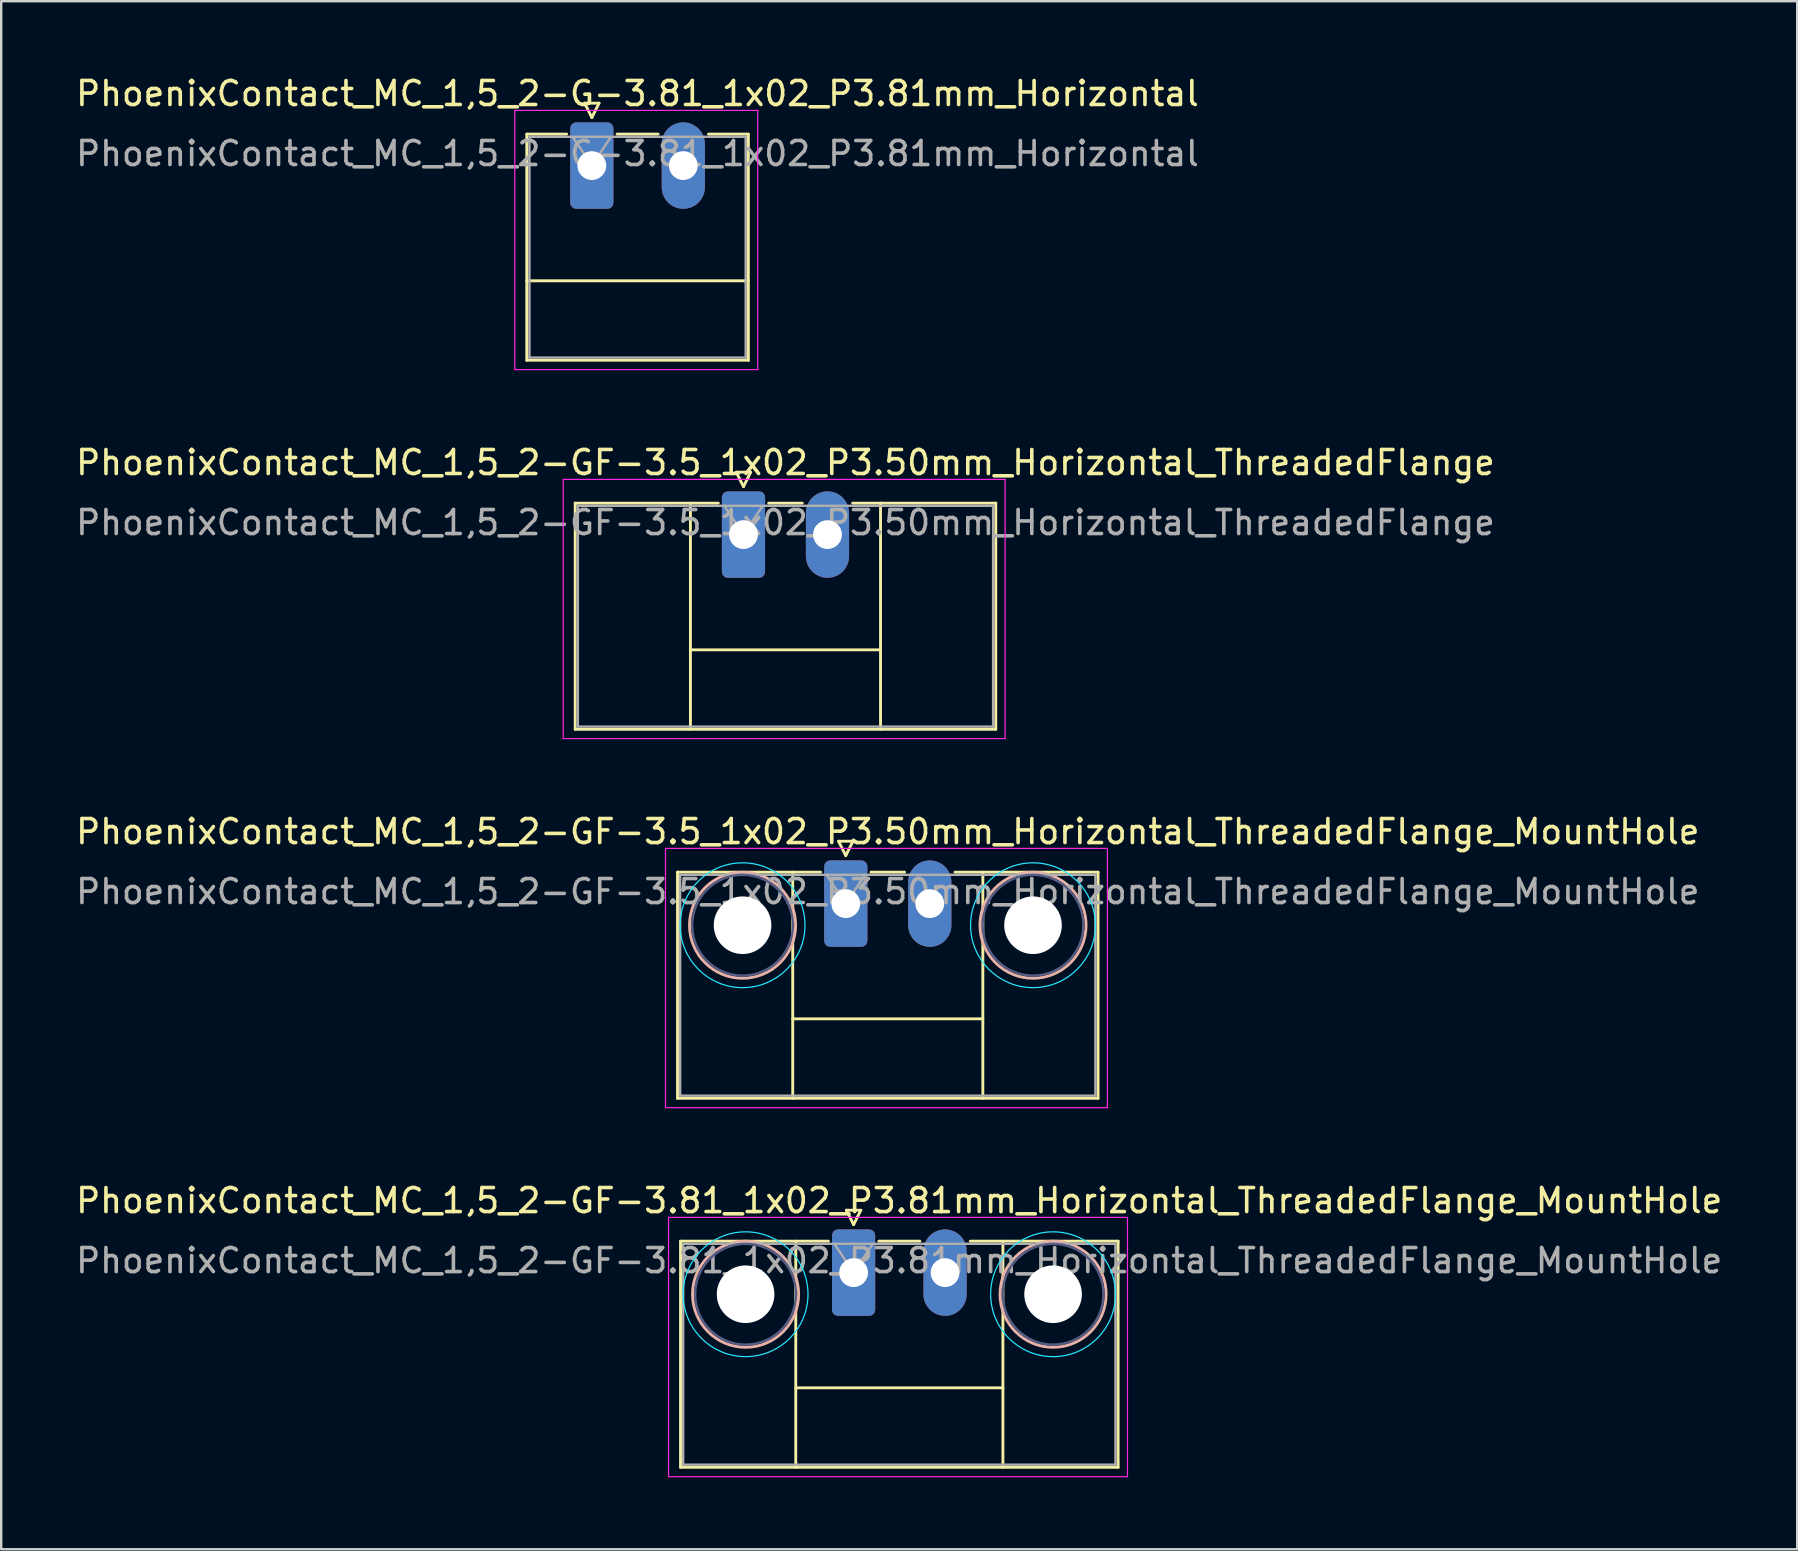
<source format=kicad_pcb>
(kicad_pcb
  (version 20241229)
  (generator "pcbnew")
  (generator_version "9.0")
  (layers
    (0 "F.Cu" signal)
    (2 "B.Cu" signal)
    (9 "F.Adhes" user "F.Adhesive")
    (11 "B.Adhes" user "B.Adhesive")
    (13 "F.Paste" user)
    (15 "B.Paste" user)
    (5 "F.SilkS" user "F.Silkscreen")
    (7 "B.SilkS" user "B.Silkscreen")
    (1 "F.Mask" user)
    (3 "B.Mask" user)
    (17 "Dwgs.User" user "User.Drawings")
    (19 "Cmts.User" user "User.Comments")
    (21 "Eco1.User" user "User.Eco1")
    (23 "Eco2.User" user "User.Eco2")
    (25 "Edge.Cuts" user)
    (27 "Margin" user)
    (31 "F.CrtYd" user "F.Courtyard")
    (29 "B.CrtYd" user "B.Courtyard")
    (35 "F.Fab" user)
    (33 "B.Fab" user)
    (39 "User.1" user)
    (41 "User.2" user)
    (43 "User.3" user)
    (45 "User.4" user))
  (footprint "PhoenixContact_MC_1,5_2-G-3.81_1x02_P3.81mm_Horizontal"
    (layer "F.Cu")
    (at 21.606 3.848)
    (property "Reference" "PhoenixContact_MC_1,5_2-G-3.81_1x02_P3.81mm_Horizontal" (at 1.9 -3 0) (layer "F.SilkS") (effects (font (size 1 1) (thickness 0.15))))
    (attr through_hole)
    (fp_line (start -2.71 -1.31) (end -2.71 8.11) (stroke (width 0.12) (type solid)) (layer "F.SilkS"))
    (fp_line (start -2.71 -1.31) (end -1.05 -1.31) (stroke (width 0.12) (type solid)) (layer "F.SilkS"))
    (fp_line (start -2.71 4.8) (end 6.52 4.8) (stroke (width 0.12) (type solid)) (layer "F.SilkS"))
    (fp_line (start -2.71 8.11) (end 6.52 8.11) (stroke (width 0.12) (type solid)) (layer "F.SilkS"))
    (fp_line (start -0.3 -2.6) (end 0.3 -2.6) (stroke (width 0.12) (type solid)) (layer "F.SilkS"))
    (fp_line (start 0 -2) (end -0.3 -2.6) (stroke (width 0.12) (type solid)) (layer "F.SilkS"))
    (fp_line (start 0.3 -2.6) (end 0 -2) (stroke (width 0.12) (type solid)) (layer "F.SilkS"))
    (fp_line (start 1.05 -1.31) (end 2.76 -1.31) (stroke (width 0.12) (type solid)) (layer "F.SilkS"))
    (fp_line (start 6.52 -1.31) (end 4.86 -1.31) (stroke (width 0.12) (type solid)) (layer "F.SilkS"))
    (fp_line (start 6.52 8.11) (end 6.52 -1.31) (stroke (width 0.12) (type solid)) (layer "F.SilkS"))
    (fp_line (start -3.21 -2.3) (end -3.21 8.5) (stroke (width 0.05) (type solid)) (layer "F.CrtYd"))
    (fp_line (start -3.21 8.5) (end 6.91 8.5) (stroke (width 0.05) (type solid)) (layer "F.CrtYd"))
    (fp_line (start 6.91 -2.3) (end -3.21 -2.3) (stroke (width 0.05) (type solid)) (layer "F.CrtYd"))
    (fp_line (start 6.91 8.5) (end 6.91 -2.3) (stroke (width 0.05) (type solid)) (layer "F.CrtYd"))
    (fp_line (start -2.6 -1.2) (end -2.6 8) (stroke (width 0.1) (type solid)) (layer "F.Fab"))
    (fp_line (start -2.6 8) (end 6.41 8) (stroke (width 0.1) (type solid)) (layer "F.Fab"))
    (fp_line (start 0 0) (end -0.8 -1.2) (stroke (width 0.1) (type solid)) (layer "F.Fab"))
    (fp_line (start 0.8 -1.2) (end 0 0) (stroke (width 0.1) (type solid)) (layer "F.Fab"))
    (fp_line (start 6.41 -1.2) (end -2.6 -1.2) (stroke (width 0.1) (type solid)) (layer "F.Fab"))
    (fp_line (start 6.41 8) (end 6.41 -1.2) (stroke (width 0.1) (type solid)) (layer "F.Fab"))
    (fp_text user "${REFERENCE}" (at 1.9 -0.5 0) (layer "F.Fab") (effects (font (size 1 1) (thickness 0.15))))
    (pad "1" thru_hole roundrect (at 0 0) (size 1.8 3.6) (drill 1.2) (layers "*.Cu" "*.Mask") (roundrect_rratio 0.139))
    (pad "2" thru_hole oval (at 3.81 0) (size 1.8 3.6) (drill 1.2) (layers "*.Cu" "*.Mask")))
  (footprint "PhoenixContact_MC_1,5_2-GF-3.81_1x02_P3.81mm_Horizontal_ThreadedFlange_MountHole"
    (layer "F.Cu")
    (at 32.511 49.968)
    (property "Reference" "PhoenixContact_MC_1,5_2-GF-3.81_1x02_P3.81mm_Horizontal_ThreadedFlange_MountHole" (at 1.9 -3 0) (layer "F.SilkS") (effects (font (size 1 1) (thickness 0.15))))
    (attr through_hole)
    (fp_line (start -7.21 -1.31) (end -7.21 8.11) (stroke (width 0.12) (type solid)) (layer "F.SilkS"))
    (fp_line (start -7.21 -1.31) (end -1.05 -1.31) (stroke (width 0.12) (type solid)) (layer "F.SilkS"))
    (fp_line (start -7.21 8.11) (end 11.02 8.11) (stroke (width 0.12) (type solid)) (layer "F.SilkS"))
    (fp_line (start -2.41 -1.31) (end -2.41 8.11) (stroke (width 0.12) (type solid)) (layer "F.SilkS"))
    (fp_line (start -2.41 4.8) (end 6.22 4.8) (stroke (width 0.12) (type solid)) (layer "F.SilkS"))
    (fp_line (start -0.3 -2.6) (end 0.3 -2.6) (stroke (width 0.12) (type solid)) (layer "F.SilkS"))
    (fp_line (start 0 -2) (end -0.3 -2.6) (stroke (width 0.12) (type solid)) (layer "F.SilkS"))
    (fp_line (start 0.3 -2.6) (end 0 -2) (stroke (width 0.12) (type solid)) (layer "F.SilkS"))
    (fp_line (start 1.05 -1.31) (end 2.76 -1.31) (stroke (width 0.12) (type solid)) (layer "F.SilkS"))
    (fp_line (start 6.22 -1.31) (end 6.22 8.11) (stroke (width 0.12) (type solid)) (layer "F.SilkS"))
    (fp_line (start 11.02 -1.31) (end 4.86 -1.31) (stroke (width 0.12) (type solid)) (layer "F.SilkS"))
    (fp_line (start 11.02 8.11) (end 11.02 -1.31) (stroke (width 0.12) (type solid)) (layer "F.SilkS"))
    (fp_circle (center -4.5 0.9) (end -2.29 0.9) (stroke (width 0.12) (type solid)) (fill no) (layer "B.SilkS"))
    (fp_circle (center 8.31 0.9) (end 10.52 0.9) (stroke (width 0.12) (type solid)) (fill no) (layer "B.SilkS"))
    (fp_circle (center -4.5 0.9) (end -1.9 0.9) (stroke (width 0.05) (type solid)) (fill no) (layer "B.CrtYd"))
    (fp_circle (center 8.31 0.9) (end 10.91 0.9) (stroke (width 0.05) (type solid)) (fill no) (layer "B.CrtYd"))
    (fp_line (start -7.71 -2.3) (end -7.71 8.5) (stroke (width 0.05) (type solid)) (layer "F.CrtYd"))
    (fp_line (start -7.71 8.5) (end 11.41 8.5) (stroke (width 0.05) (type solid)) (layer "F.CrtYd"))
    (fp_line (start 11.41 -2.3) (end -7.71 -2.3) (stroke (width 0.05) (type solid)) (layer "F.CrtYd"))
    (fp_line (start 11.41 8.5) (end 11.41 -2.3) (stroke (width 0.05) (type solid)) (layer "F.CrtYd"))
    (fp_circle (center -4.5 0.9) (end -2.4 0.9) (stroke (width 0.1) (type solid)) (fill no) (layer "B.Fab"))
    (fp_circle (center 8.31 0.9) (end 10.41 0.9) (stroke (width 0.1) (type solid)) (fill no) (layer "B.Fab"))
    (fp_line (start -7.1 -1.2) (end -7.1 8) (stroke (width 0.1) (type solid)) (layer "F.Fab"))
    (fp_line (start -7.1 8) (end 10.91 8) (stroke (width 0.1) (type solid)) (layer "F.Fab"))
    (fp_line (start 0 0) (end -0.8 -1.2) (stroke (width 0.1) (type solid)) (layer "F.Fab"))
    (fp_line (start 0.8 -1.2) (end 0 0) (stroke (width 0.1) (type solid)) (layer "F.Fab"))
    (fp_line (start 10.91 -1.2) (end -7.1 -1.2) (stroke (width 0.1) (type solid)) (layer "F.Fab"))
    (fp_line (start 10.91 8) (end 10.91 -1.2) (stroke (width 0.1) (type solid)) (layer "F.Fab"))
    (fp_text user "${REFERENCE}" (at 1.9 -0.5 0) (layer "F.Fab") (effects (font (size 1 1) (thickness 0.15))))
    (pad "" np_thru_hole circle (at -4.5 0.9) (size 2.4 2.4) (drill 2.4) (layers "*.Cu" "*.Mask"))
    (pad "" np_thru_hole circle (at 8.31 0.9) (size 2.4 2.4) (drill 2.4) (layers "*.Cu" "*.Mask"))
    (pad "1" thru_hole roundrect (at 0 0) (size 1.8 3.6) (drill 1.2) (layers "*.Cu" "*.Mask") (roundrect_rratio 0.139))
    (pad "2" thru_hole oval (at 3.81 0) (size 1.8 3.6) (drill 1.2) (layers "*.Cu" "*.Mask")))
  (footprint "PhoenixContact_MC_1,5_2-GF-3.5_1x02_P3.50mm_Horizontal_ThreadedFlange"
    (layer "F.Cu")
    (at 27.923 19.221)
    (property "Reference" "PhoenixContact_MC_1,5_2-GF-3.5_1x02_P3.50mm_Horizontal_ThreadedFlange" (at 1.75 -3 0) (layer "F.SilkS") (effects (font (size 1 1) (thickness 0.15))))
    (attr through_hole)
    (fp_line (start -7.01 -1.31) (end -7.01 8.11) (stroke (width 0.12) (type solid)) (layer "F.SilkS"))
    (fp_line (start -7.01 -1.31) (end -1.05 -1.31) (stroke (width 0.12) (type solid)) (layer "F.SilkS"))
    (fp_line (start -7.01 8.11) (end 10.51 8.11) (stroke (width 0.12) (type solid)) (layer "F.SilkS"))
    (fp_line (start -2.21 -1.31) (end -2.21 8.11) (stroke (width 0.12) (type solid)) (layer "F.SilkS"))
    (fp_line (start -2.21 4.8) (end 5.71 4.8) (stroke (width 0.12) (type solid)) (layer "F.SilkS"))
    (fp_line (start -0.3 -2.6) (end 0.3 -2.6) (stroke (width 0.12) (type solid)) (layer "F.SilkS"))
    (fp_line (start 0 -2) (end -0.3 -2.6) (stroke (width 0.12) (type solid)) (layer "F.SilkS"))
    (fp_line (start 0.3 -2.6) (end 0 -2) (stroke (width 0.12) (type solid)) (layer "F.SilkS"))
    (fp_line (start 1.05 -1.31) (end 2.45 -1.31) (stroke (width 0.12) (type solid)) (layer "F.SilkS"))
    (fp_line (start 5.71 -1.31) (end 5.71 8.11) (stroke (width 0.12) (type solid)) (layer "F.SilkS"))
    (fp_line (start 10.51 -1.31) (end 4.55 -1.31) (stroke (width 0.12) (type solid)) (layer "F.SilkS"))
    (fp_line (start 10.51 8.11) (end 10.51 -1.31) (stroke (width 0.12) (type solid)) (layer "F.SilkS"))
    (fp_line (start -7.51 -2.3) (end -7.51 8.5) (stroke (width 0.05) (type solid)) (layer "F.CrtYd"))
    (fp_line (start -7.51 8.5) (end 10.9 8.5) (stroke (width 0.05) (type solid)) (layer "F.CrtYd"))
    (fp_line (start 10.9 -2.3) (end -7.51 -2.3) (stroke (width 0.05) (type solid)) (layer "F.CrtYd"))
    (fp_line (start 10.9 8.5) (end 10.9 -2.3) (stroke (width 0.05) (type solid)) (layer "F.CrtYd"))
    (fp_line (start -6.9 -1.2) (end -6.9 8) (stroke (width 0.1) (type solid)) (layer "F.Fab"))
    (fp_line (start -6.9 8) (end 10.4 8) (stroke (width 0.1) (type solid)) (layer "F.Fab"))
    (fp_line (start 0 0) (end -0.8 -1.2) (stroke (width 0.1) (type solid)) (layer "F.Fab"))
    (fp_line (start 0.8 -1.2) (end 0 0) (stroke (width 0.1) (type solid)) (layer "F.Fab"))
    (fp_line (start 10.4 -1.2) (end -6.9 -1.2) (stroke (width 0.1) (type solid)) (layer "F.Fab"))
    (fp_line (start 10.4 8) (end 10.4 -1.2) (stroke (width 0.1) (type solid)) (layer "F.Fab"))
    (fp_text user "${REFERENCE}" (at 1.75 -0.5 0) (layer "F.Fab") (effects (font (size 1 1) (thickness 0.15))))
    (pad "1" thru_hole roundrect (at 0 0) (size 1.8 3.6) (drill 1.2) (layers "*.Cu" "*.Mask") (roundrect_rratio 0.139))
    (pad "2" thru_hole oval (at 3.5 0) (size 1.8 3.6) (drill 1.2) (layers "*.Cu" "*.Mask")))
  (footprint "PhoenixContact_MC_1,5_2-GF-3.5_1x02_P3.50mm_Horizontal_ThreadedFlange_MountHole"
    (layer "F.Cu")
    (at 32.185 34.595)
    (property "Reference" "PhoenixContact_MC_1,5_2-GF-3.5_1x02_P3.50mm_Horizontal_ThreadedFlange_MountHole" (at 1.75 -3 0) (layer "F.SilkS") (effects (font (size 1 1) (thickness 0.15))))
    (attr through_hole)
    (fp_line (start -7.01 -1.31) (end -7.01 8.11) (stroke (width 0.12) (type solid)) (layer "F.SilkS"))
    (fp_line (start -7.01 -1.31) (end -1.05 -1.31) (stroke (width 0.12) (type solid)) (layer "F.SilkS"))
    (fp_line (start -7.01 8.11) (end 10.51 8.11) (stroke (width 0.12) (type solid)) (layer "F.SilkS"))
    (fp_line (start -2.21 -1.31) (end -2.21 8.11) (stroke (width 0.12) (type solid)) (layer "F.SilkS"))
    (fp_line (start -2.21 4.8) (end 5.71 4.8) (stroke (width 0.12) (type solid)) (layer "F.SilkS"))
    (fp_line (start -0.3 -2.6) (end 0.3 -2.6) (stroke (width 0.12) (type solid)) (layer "F.SilkS"))
    (fp_line (start 0 -2) (end -0.3 -2.6) (stroke (width 0.12) (type solid)) (layer "F.SilkS"))
    (fp_line (start 0.3 -2.6) (end 0 -2) (stroke (width 0.12) (type solid)) (layer "F.SilkS"))
    (fp_line (start 1.05 -1.31) (end 2.45 -1.31) (stroke (width 0.12) (type solid)) (layer "F.SilkS"))
    (fp_line (start 5.71 -1.31) (end 5.71 8.11) (stroke (width 0.12) (type solid)) (layer "F.SilkS"))
    (fp_line (start 10.51 -1.31) (end 4.55 -1.31) (stroke (width 0.12) (type solid)) (layer "F.SilkS"))
    (fp_line (start 10.51 8.11) (end 10.51 -1.31) (stroke (width 0.12) (type solid)) (layer "F.SilkS"))
    (fp_circle (center -4.3 0.9) (end -2.09 0.9) (stroke (width 0.12) (type solid)) (fill no) (layer "B.SilkS"))
    (fp_circle (center 7.8 0.9) (end 10.01 0.9) (stroke (width 0.12) (type solid)) (fill no) (layer "B.SilkS"))
    (fp_circle (center -4.3 0.9) (end -1.7 0.9) (stroke (width 0.05) (type solid)) (fill no) (layer "B.CrtYd"))
    (fp_circle (center 7.8 0.9) (end 10.4 0.9) (stroke (width 0.05) (type solid)) (fill no) (layer "B.CrtYd"))
    (fp_line (start -7.51 -2.3) (end -7.51 8.5) (stroke (width 0.05) (type solid)) (layer "F.CrtYd"))
    (fp_line (start -7.51 8.5) (end 10.9 8.5) (stroke (width 0.05) (type solid)) (layer "F.CrtYd"))
    (fp_line (start 10.9 -2.3) (end -7.51 -2.3) (stroke (width 0.05) (type solid)) (layer "F.CrtYd"))
    (fp_line (start 10.9 8.5) (end 10.9 -2.3) (stroke (width 0.05) (type solid)) (layer "F.CrtYd"))
    (fp_circle (center -4.3 0.9) (end -2.2 0.9) (stroke (width 0.1) (type solid)) (fill no) (layer "B.Fab"))
    (fp_circle (center 7.8 0.9) (end 9.9 0.9) (stroke (width 0.1) (type solid)) (fill no) (layer "B.Fab"))
    (fp_line (start -6.9 -1.2) (end -6.9 8) (stroke (width 0.1) (type solid)) (layer "F.Fab"))
    (fp_line (start -6.9 8) (end 10.4 8) (stroke (width 0.1) (type solid)) (layer "F.Fab"))
    (fp_line (start 0 0) (end -0.8 -1.2) (stroke (width 0.1) (type solid)) (layer "F.Fab"))
    (fp_line (start 0.8 -1.2) (end 0 0) (stroke (width 0.1) (type solid)) (layer "F.Fab"))
    (fp_line (start 10.4 -1.2) (end -6.9 -1.2) (stroke (width 0.1) (type solid)) (layer "F.Fab"))
    (fp_line (start 10.4 8) (end 10.4 -1.2) (stroke (width 0.1) (type solid)) (layer "F.Fab"))
    (fp_text user "${REFERENCE}" (at 1.75 -0.5 0) (layer "F.Fab") (effects (font (size 1 1) (thickness 0.15))))
    (pad "" np_thru_hole circle (at -4.3 0.9) (size 2.4 2.4) (drill 2.4) (layers "*.Cu" "*.Mask"))
    (pad "" np_thru_hole circle (at 7.8 0.9) (size 2.4 2.4) (drill 2.4) (layers "*.Cu" "*.Mask"))
    (pad "1" thru_hole roundrect (at 0 0) (size 1.8 3.6) (drill 1.2) (layers "*.Cu" "*.Mask") (roundrect_rratio 0.139))
    (pad "2" thru_hole oval (at 3.5 0) (size 1.8 3.6) (drill 1.2) (layers "*.Cu" "*.Mask")))
  (gr_rect
    (start -3 -3)
    (end 71.821 61.493)
    (stroke (width 0.1) (type default))
    (fill no)
    (layer "Edge.Cuts")))
</source>
